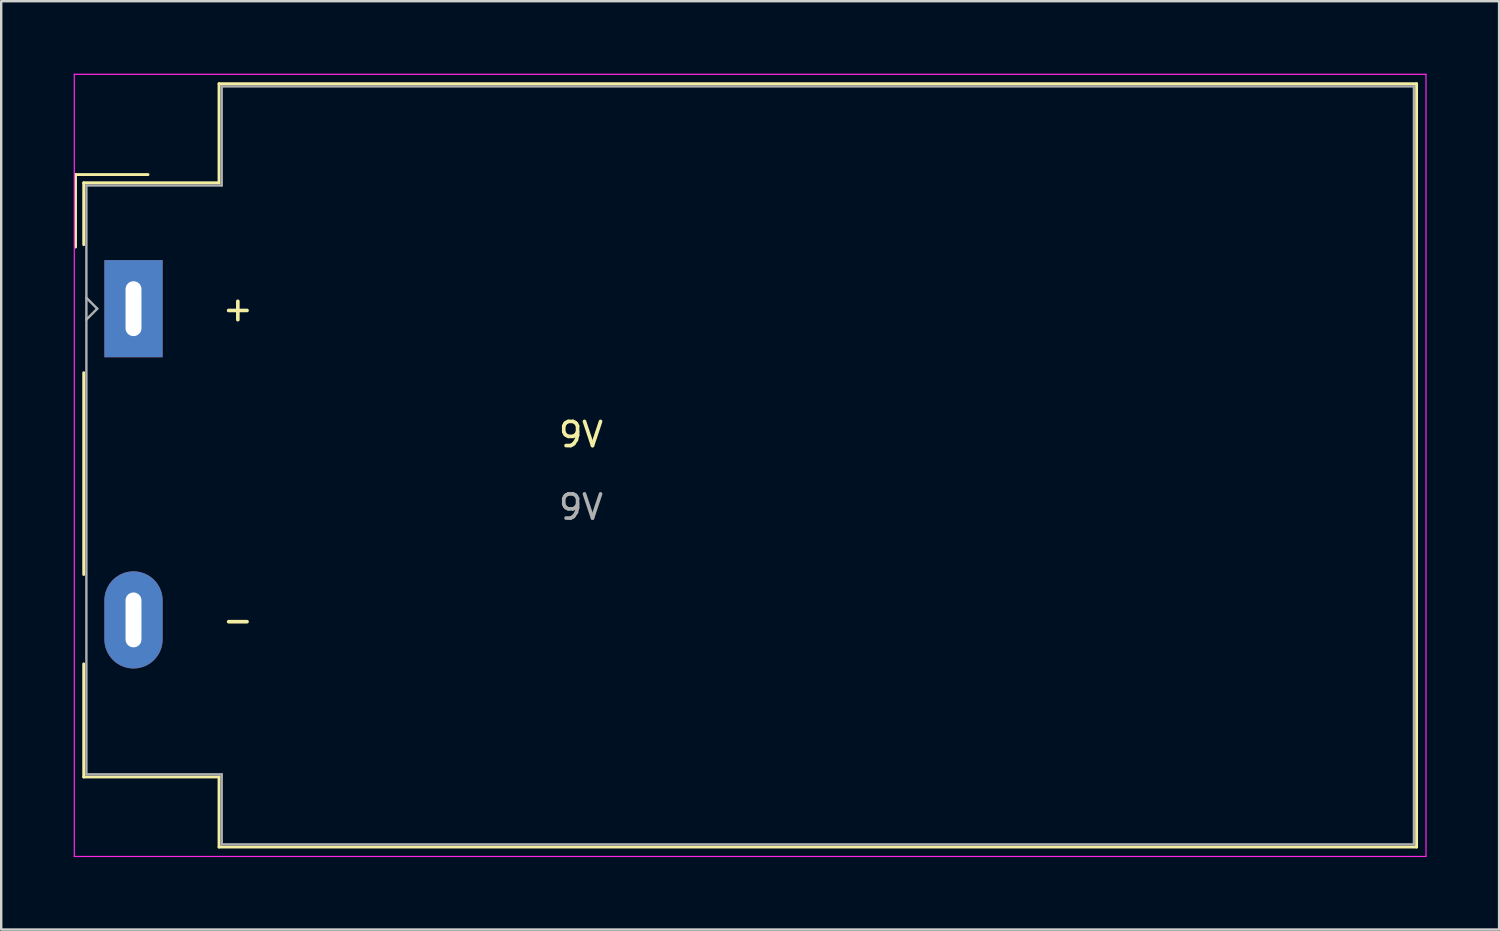
<source format=kicad_pcb>
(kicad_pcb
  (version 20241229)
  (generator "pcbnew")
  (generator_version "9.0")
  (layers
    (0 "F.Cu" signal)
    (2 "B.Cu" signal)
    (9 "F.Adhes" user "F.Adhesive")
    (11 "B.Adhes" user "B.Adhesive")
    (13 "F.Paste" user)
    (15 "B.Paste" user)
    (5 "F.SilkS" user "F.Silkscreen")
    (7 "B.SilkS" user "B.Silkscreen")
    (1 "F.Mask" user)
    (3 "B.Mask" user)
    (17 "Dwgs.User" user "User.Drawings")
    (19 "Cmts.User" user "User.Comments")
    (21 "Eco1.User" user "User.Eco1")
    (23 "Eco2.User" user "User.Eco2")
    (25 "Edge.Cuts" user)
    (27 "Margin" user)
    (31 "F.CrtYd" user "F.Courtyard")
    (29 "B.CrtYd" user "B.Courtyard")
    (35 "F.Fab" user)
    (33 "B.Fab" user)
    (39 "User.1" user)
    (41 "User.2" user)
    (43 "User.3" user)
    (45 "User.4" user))
  (footprint "9V"
    (layer "F.Cu")
    (at 20.995 15.435)
    (property "Reference" "9V" (at 0 -0.5 0) (unlocked yes) (layer "F.SilkS") (effects (font (size 1 1) (thickness 0.15))))
    (fp_line (start -20.92 -11.26) (end -20.92 -8.26) (stroke (width 0.12) (type solid)) (layer "F.SilkS"))
    (fp_line (start -20.92 -11.26) (end -17.92 -11.26) (stroke (width 0.12) (type solid)) (layer "F.SilkS"))
    (fp_line (start -20.58 -10.92) (end -20.58 -8.36) (stroke (width 0.12) (type solid)) (layer "F.SilkS"))
    (fp_line (start -20.58 -3.06) (end -20.58 5.29) (stroke (width 0.12) (type solid)) (layer "F.SilkS"))
    (fp_line (start -20.58 13.67) (end -20.58 8.99) (stroke (width 0.12) (type solid)) (layer "F.SilkS"))
    (fp_line (start -14.98 -15.02) (end -14.98 -10.92) (stroke (width 0.12) (type solid)) (layer "F.SilkS"))
    (fp_line (start -14.98 -10.92) (end -20.58 -10.92) (stroke (width 0.12) (type solid)) (layer "F.SilkS"))
    (fp_line (start -14.98 13.67) (end -20.58 13.67) (stroke (width 0.12) (type solid)) (layer "F.SilkS"))
    (fp_line (start -14.98 16.57) (end -14.98 13.67) (stroke (width 0.12) (type solid)) (layer "F.SilkS"))
    (fp_line (start 34.58 -15.02) (end -14.98 -15.02) (stroke (width 0.12) (type solid)) (layer "F.SilkS"))
    (fp_line (start 34.58 16.57) (end -14.98 16.57) (stroke (width 0.12) (type solid)) (layer "F.SilkS"))
    (fp_line (start 34.58 16.57) (end 34.58 -15.02) (stroke (width 0.12) (type solid)) (layer "F.SilkS"))
    (fp_line (start -20.97 -15.41) (end -20.97 16.96) (stroke (width 0.05) (type solid)) (layer "F.CrtYd"))
    (fp_line (start -20.97 -15.41) (end 34.97 -15.41) (stroke (width 0.05) (type solid)) (layer "F.CrtYd"))
    (fp_line (start -20.97 16.96) (end 34.97 16.96) (stroke (width 0.05) (type solid)) (layer "F.CrtYd"))
    (fp_line (start 34.97 16.96) (end 34.97 -15.41) (stroke (width 0.05) (type solid)) (layer "F.CrtYd"))
    (fp_line (start -20.47 -5.26) (end -20.02 -5.71) (stroke (width 0.1) (type solid)) (layer "F.Fab"))
    (fp_line (start -20.47 13.56) (end -20.47 -10.81) (stroke (width 0.1) (type solid)) (layer "F.Fab"))
    (fp_line (start -20.02 -5.71) (end -20.47 -6.16) (stroke (width 0.1) (type solid)) (layer "F.Fab"))
    (fp_line (start -14.87 -14.91) (end 34.47 -14.91) (stroke (width 0.1) (type solid)) (layer "F.Fab"))
    (fp_line (start -14.87 -10.81) (end -20.47 -10.81) (stroke (width 0.1) (type solid)) (layer "F.Fab"))
    (fp_line (start -14.87 -10.81) (end -14.87 -14.91) (stroke (width 0.1) (type solid)) (layer "F.Fab"))
    (fp_line (start -14.87 13.56) (end -20.47 13.56) (stroke (width 0.1) (type solid)) (layer "F.Fab"))
    (fp_line (start -14.87 16.46) (end -14.87 13.56) (stroke (width 0.1) (type solid)) (layer "F.Fab"))
    (fp_line (start -14.87 16.46) (end 34.47 16.46) (stroke (width 0.1) (type solid)) (layer "F.Fab"))
    (fp_line (start 34.47 16.46) (end 34.47 -14.91) (stroke (width 0.1) (type solid)) (layer "F.Fab"))
    (fp_text user "-" (at -14.92 7.17 0) (layer "F.SilkS") (effects (font (size 1 1) (thickness 0.15)) (justify left)))
    (fp_text user "+" (at -14.92 -5.71 0) (layer "F.SilkS") (effects (font (size 1 1) (thickness 0.15)) (justify left)))
    (fp_text user "${REFERENCE}" (at 0 2.5 0) (unlocked yes) (layer "F.Fab") (effects (font (size 1 1) (thickness 0.15))))
    (pad "1" thru_hole rect (at -18.52 -5.71) (size 2.41 4.02) (drill oval 0.66 2.27) (layers "*.Cu" "*.Mask"))
    (pad "2" thru_hole oval (at -18.52 7.17) (size 2.41 4.02) (drill oval 0.66 2.27) (layers "*.Cu" "*.Mask")))
  (gr_rect
    (start -3 -3)
    (end 58.99 35.42)
    (stroke (width 0.1) (type default))
    (fill no)
    (layer "Edge.Cuts")))
</source>
